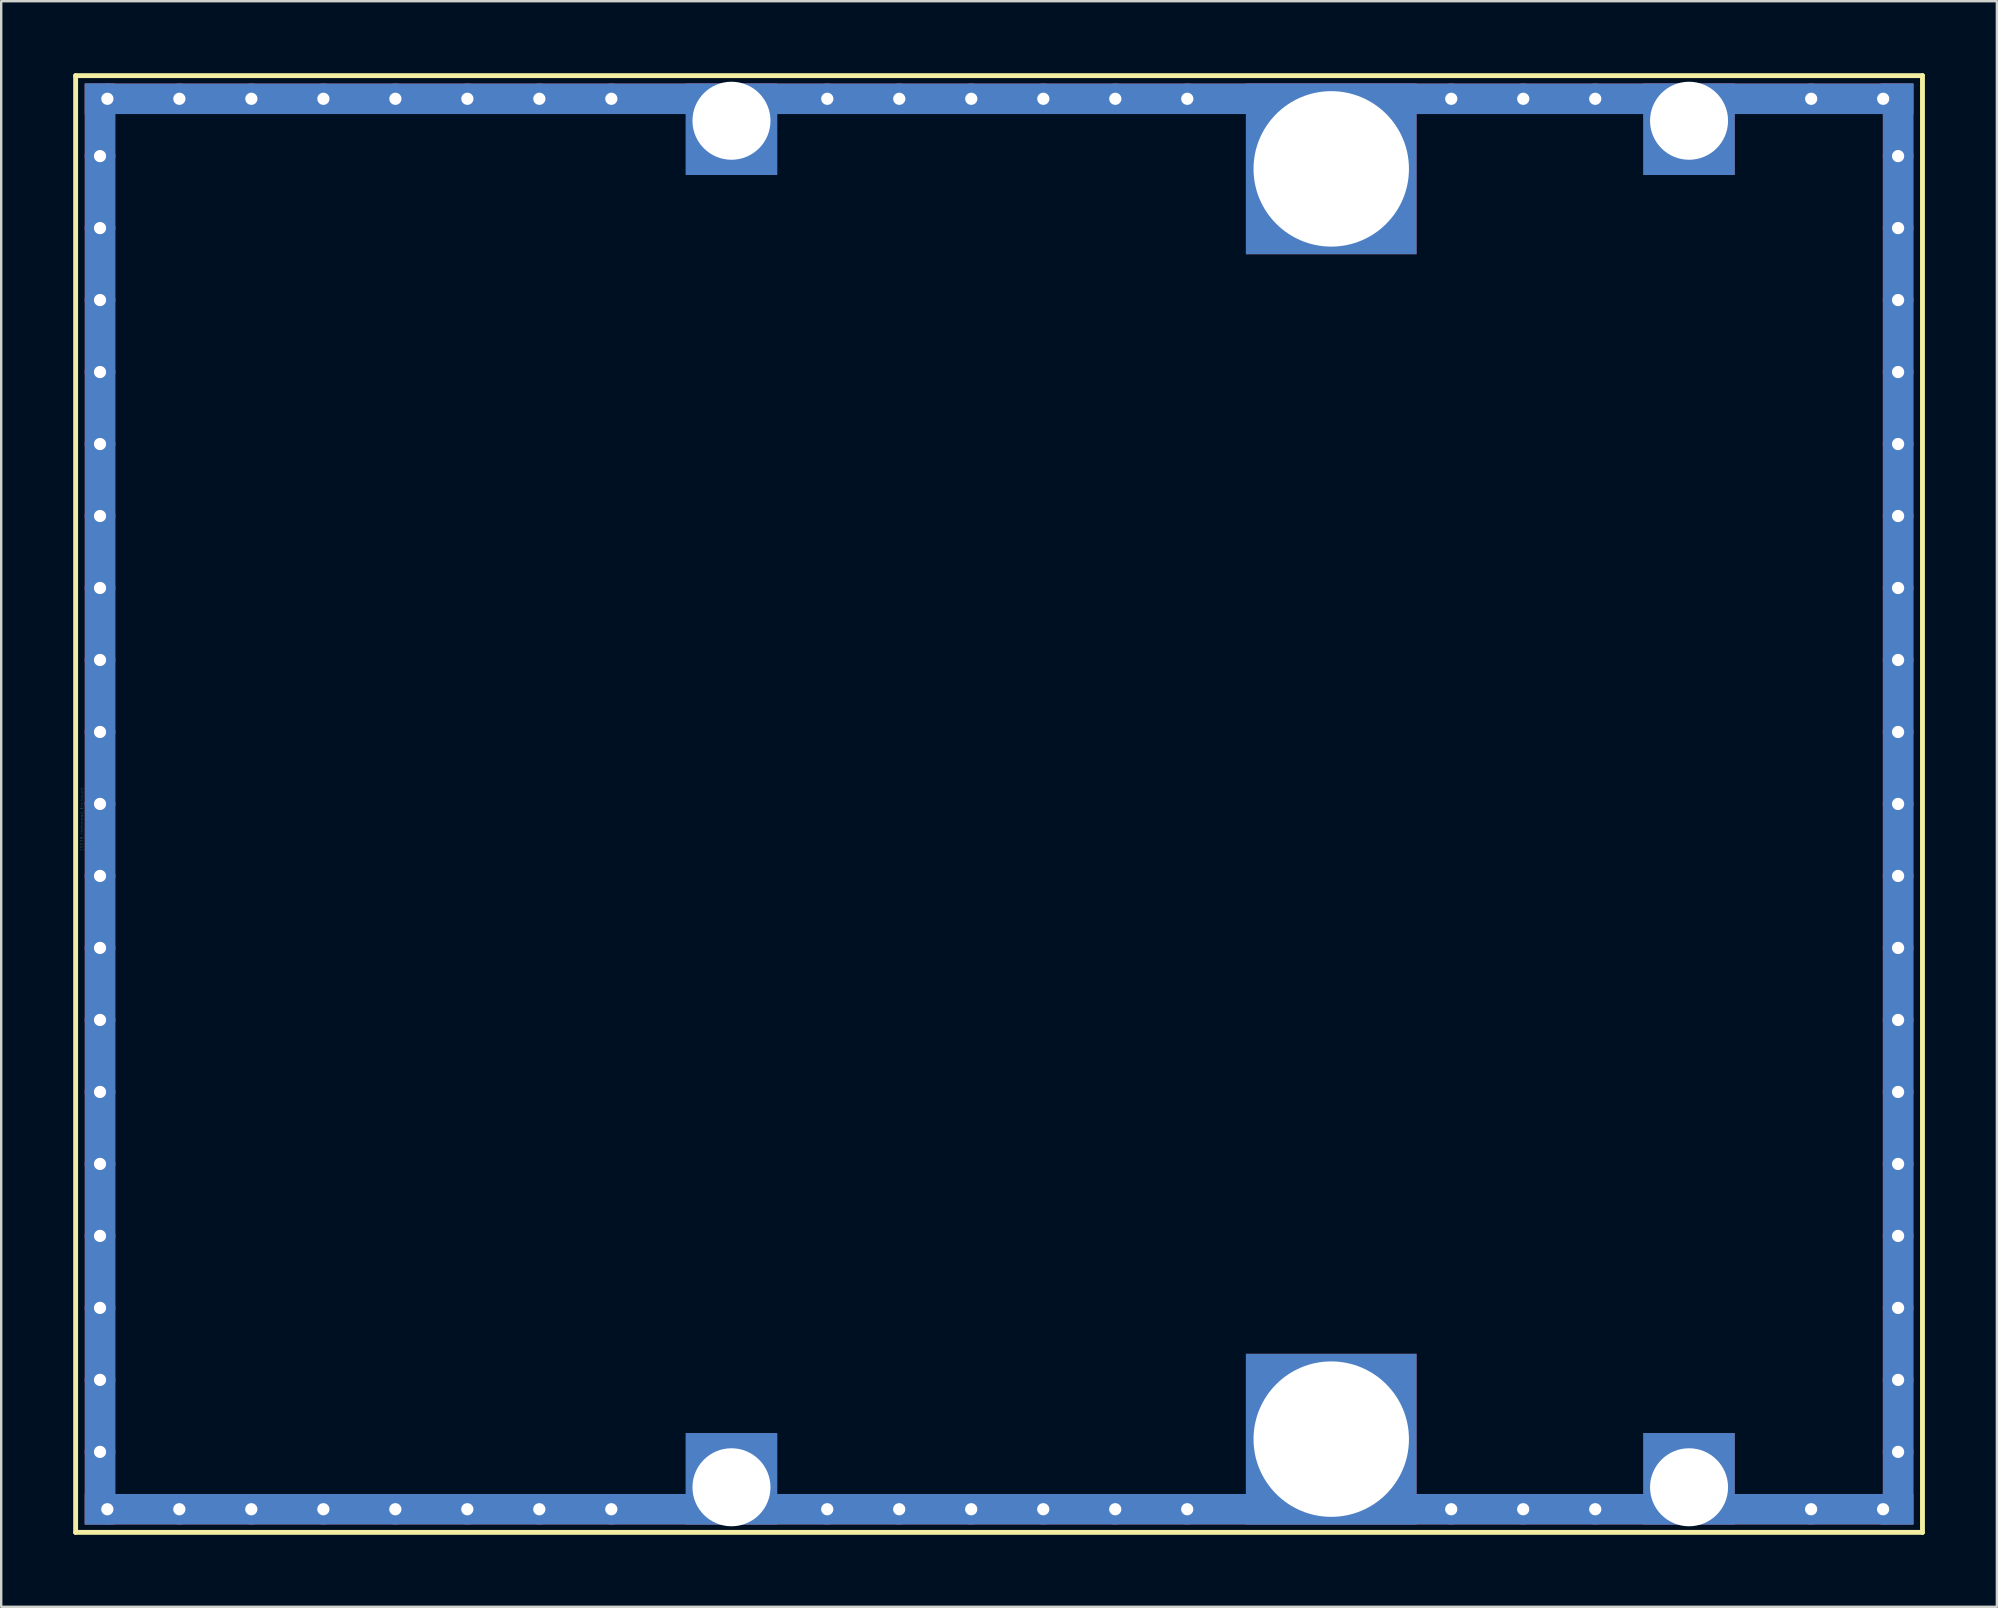
<source format=kicad_pcb>
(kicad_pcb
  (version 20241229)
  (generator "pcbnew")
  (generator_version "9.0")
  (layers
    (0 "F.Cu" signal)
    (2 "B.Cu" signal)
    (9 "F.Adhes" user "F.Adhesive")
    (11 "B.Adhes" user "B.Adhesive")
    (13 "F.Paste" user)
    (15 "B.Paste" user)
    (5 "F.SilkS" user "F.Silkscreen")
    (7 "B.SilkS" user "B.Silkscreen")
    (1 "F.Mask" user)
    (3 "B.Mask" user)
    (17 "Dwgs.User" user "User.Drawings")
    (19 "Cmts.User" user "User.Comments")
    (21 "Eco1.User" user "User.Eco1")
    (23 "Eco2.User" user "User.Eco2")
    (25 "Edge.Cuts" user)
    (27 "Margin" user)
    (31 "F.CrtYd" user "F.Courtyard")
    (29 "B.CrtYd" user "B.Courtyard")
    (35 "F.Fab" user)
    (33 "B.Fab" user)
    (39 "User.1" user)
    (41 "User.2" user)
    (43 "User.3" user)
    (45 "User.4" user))
  (footprint "1553B_Hammond_Enclosure"
    (layer "F.Cu")
    (at 52.426 30.455)
    (property "Reference" "1553B_Hammond_Enclosure" (at -52.07 0.635 90) (layer "F.SilkS") (effects (font (size 0.127 0.127) (thickness 0.003))))
    (attr exclude_from_pos_files exclude_from_bom)
    (fp_line (start -52.324 30.353) (end -52.324 -30.353) (stroke (width 0.203) (type solid)) (layer "F.SilkS"))
    (fp_line (start -52.324 30.353) (end 24.638 30.353) (stroke (width 0.203) (type solid)) (layer "F.SilkS"))
    (fp_line (start 24.638 -30.353) (end -52.324 -30.353) (stroke (width 0.203) (type solid)) (layer "F.SilkS"))
    (fp_line (start 24.638 -30.353) (end 24.638 30.353) (stroke (width 0.203) (type solid)) (layer "F.SilkS"))
    (pad "1" thru_hole circle (at -51.308 -27) (size 1.27 1.27) (drill 0.508) (layers "*.Cu" "*.Mask"))
    (pad "1" thru_hole circle (at -51.308 -24) (size 1.27 1.27) (drill 0.508) (layers "*.Cu" "*.Mask"))
    (pad "1" thru_hole circle (at -51.308 -21.001) (size 1.27 1.27) (drill 0.508) (layers "*.Cu" "*.Mask"))
    (pad "1" thru_hole circle (at -51.308 -18.001) (size 1.27 1.27) (drill 0.508) (layers "*.Cu" "*.Mask"))
    (pad "1" thru_hole circle (at -51.308 -15.001) (size 1.27 1.27) (drill 0.508) (layers "*.Cu" "*.Mask"))
    (pad "1" thru_hole circle (at -51.308 -12.002) (size 1.27 1.27) (drill 0.508) (layers "*.Cu" "*.Mask"))
    (pad "1" thru_hole circle (at -51.308 -9.002) (size 1.27 1.27) (drill 0.508) (layers "*.Cu" "*.Mask"))
    (pad "1" thru_hole circle (at -51.308 -6.002) (size 1.27 1.27) (drill 0.508) (layers "*.Cu" "*.Mask"))
    (pad "1" thru_hole circle (at -51.308 -3.002) (size 1.27 1.27) (drill 0.508) (layers "*.Cu" "*.Mask"))
    (pad "1" thru_hole circle (at -51.308 -0.003) (size 1.27 1.27) (drill 0.508) (layers "*.Cu" "*.Mask"))
    (pad "1" smd rect (at -51.308 0) (size 1.27 60.046) (layers "*.Cu" "*.Mask"))
    (pad "1" thru_hole circle (at -51.308 2.997) (size 1.27 1.27) (drill 0.508) (layers "*.Cu" "*.Mask"))
    (pad "1" thru_hole circle (at -51.308 5.997) (size 1.27 1.27) (drill 0.508) (layers "*.Cu" "*.Mask"))
    (pad "1" thru_hole circle (at -51.308 8.999) (size 1.27 1.27) (drill 0.508) (layers "*.Cu" "*.Mask"))
    (pad "1" thru_hole circle (at -51.308 11.999) (size 1.27 1.27) (drill 0.508) (layers "*.Cu" "*.Mask"))
    (pad "1" thru_hole circle (at -51.308 14.999) (size 1.27 1.27) (drill 0.508) (layers "*.Cu" "*.Mask"))
    (pad "1" thru_hole circle (at -51.308 17.998) (size 1.27 1.27) (drill 0.508) (layers "*.Cu" "*.Mask"))
    (pad "1" thru_hole circle (at -51.308 20.998) (size 1.27 1.27) (drill 0.508) (layers "*.Cu" "*.Mask"))
    (pad "1" thru_hole circle (at -51.308 23.998) (size 1.27 1.27) (drill 0.508) (layers "*.Cu" "*.Mask"))
    (pad "1" thru_hole circle (at -51.308 26.998) (size 1.27 1.27) (drill 0.508) (layers "*.Cu" "*.Mask"))
    (pad "1" thru_hole circle (at -51.003 29.388) (size 1.27 1.27) (drill 0.508) (layers "*.Cu" "*.Mask"))
    (pad "1" thru_hole circle (at -51.001 -29.388) (size 1.27 1.27) (drill 0.508) (layers "*.Cu" "*.Mask"))
    (pad "1" thru_hole circle (at -48.003 29.388) (size 1.27 1.27) (drill 0.508) (layers "*.Cu" "*.Mask"))
    (pad "1" thru_hole circle (at -48.001 -29.388) (size 1.27 1.27) (drill 0.508) (layers "*.Cu" "*.Mask"))
    (pad "1" thru_hole circle (at -45.004 29.388) (size 1.27 1.27) (drill 0.508) (layers "*.Cu" "*.Mask"))
    (pad "1" thru_hole circle (at -45.001 -29.388) (size 1.27 1.27) (drill 0.508) (layers "*.Cu" "*.Mask"))
    (pad "1" thru_hole circle (at -42.001 29.388) (size 1.27 1.27) (drill 0.508) (layers "*.Cu" "*.Mask"))
    (pad "1" thru_hole circle (at -41.999 -29.388) (size 1.27 1.27) (drill 0.508) (layers "*.Cu" "*.Mask"))
    (pad "1" thru_hole circle (at -39.002 29.388) (size 1.27 1.27) (drill 0.508) (layers "*.Cu" "*.Mask"))
    (pad "1" thru_hole circle (at -38.999 -29.388) (size 1.27 1.27) (drill 0.508) (layers "*.Cu" "*.Mask"))
    (pad "1" thru_hole circle (at -36.002 29.388) (size 1.27 1.27) (drill 0.508) (layers "*.Cu" "*.Mask"))
    (pad "1" thru_hole circle (at -35.999 -29.388) (size 1.27 1.27) (drill 0.508) (layers "*.Cu" "*.Mask"))
    (pad "1" thru_hole circle (at -33.002 29.388) (size 1.27 1.27) (drill 0.508) (layers "*.Cu" "*.Mask"))
    (pad "1" thru_hole circle (at -33 -29.388) (size 1.27 1.27) (drill 0.508) (layers "*.Cu" "*.Mask"))
    (pad "1" thru_hole circle (at -30.002 29.388) (size 1.27 1.27) (drill 0.508) (layers "*.Cu" "*.Mask"))
    (pad "1" thru_hole circle (at -30 -29.388) (size 1.27 1.27) (drill 0.508) (layers "*.Cu" "*.Mask"))
    (pad "1" thru_hole rect (at -24.994 -28.473) (size 3.81 3.81) (drill 3.251 (offset 0 0.356)) (layers "*.Cu" "*.Mask"))
    (pad "1" thru_hole rect (at -24.994 28.473) (size 3.81 3.81) (drill 3.251 (offset 0 -0.356)) (layers "*.Cu" "*.Mask"))
    (pad "1" thru_hole circle (at -21.003 29.388) (size 1.27 1.27) (drill 0.508) (layers "*.Cu" "*.Mask"))
    (pad "1" thru_hole circle (at -21.001 -29.388) (size 1.27 1.27) (drill 0.508) (layers "*.Cu" "*.Mask"))
    (pad "1" thru_hole circle (at -18.004 29.388) (size 1.27 1.27) (drill 0.508) (layers "*.Cu" "*.Mask"))
    (pad "1" thru_hole circle (at -18.001 -29.388) (size 1.27 1.27) (drill 0.508) (layers "*.Cu" "*.Mask"))
    (pad "1" thru_hole circle (at -15.004 29.388) (size 1.27 1.27) (drill 0.508) (layers "*.Cu" "*.Mask"))
    (pad "1" thru_hole circle (at -15.001 -29.388) (size 1.27 1.27) (drill 0.508) (layers "*.Cu" "*.Mask"))
    (pad "1" smd rect (at -13.843 -29.388) (size 76.2 1.27) (layers "*.Cu" "*.Mask"))
    (pad "1" smd rect (at -13.843 29.388) (size 76.2 1.27) (layers "*.Cu" "*.Mask"))
    (pad "1" thru_hole circle (at -12.002 29.388) (size 1.27 1.27) (drill 0.508) (layers "*.Cu" "*.Mask"))
    (pad "1" thru_hole circle (at -11.999 -29.388) (size 1.27 1.27) (drill 0.508) (layers "*.Cu" "*.Mask"))
    (pad "1" thru_hole circle (at -9.002 29.388) (size 1.27 1.27) (drill 0.508) (layers "*.Cu" "*.Mask"))
    (pad "1" thru_hole circle (at -8.999 -29.388) (size 1.27 1.27) (drill 0.508) (layers "*.Cu" "*.Mask"))
    (pad "1" thru_hole circle (at -6.002 29.388) (size 1.27 1.27) (drill 0.508) (layers "*.Cu" "*.Mask"))
    (pad "1" thru_hole circle (at -5.999 -29.388) (size 1.27 1.27) (drill 0.508) (layers "*.Cu" "*.Mask"))
    (pad "1" thru_hole rect (at 0 -26.467) (size 7.112 7.112) (drill 6.477) (layers "*.Cu"))
    (pad "1" thru_hole rect (at 0 26.467) (size 7.112 7.112) (drill 6.477) (layers "*.Cu"))
    (pad "1" thru_hole circle (at 4.999 29.388) (size 1.27 1.27) (drill 0.508) (layers "*.Cu" "*.Mask"))
    (pad "1" thru_hole circle (at 5.001 -29.388) (size 1.27 1.27) (drill 0.508) (layers "*.Cu" "*.Mask"))
    (pad "1" thru_hole circle (at 7.998 29.388) (size 1.27 1.27) (drill 0.508) (layers "*.Cu" "*.Mask"))
    (pad "1" thru_hole circle (at 8.001 -29.388) (size 1.27 1.27) (drill 0.508) (layers "*.Cu" "*.Mask"))
    (pad "1" thru_hole circle (at 11.001 -29.388) (size 1.27 1.27) (drill 0.508) (layers "*.Cu" "*.Mask"))
    (pad "1" thru_hole circle (at 11.001 29.388) (size 1.27 1.27) (drill 0.508) (layers "*.Cu" "*.Mask"))
    (pad "1" thru_hole rect (at 14.91 -28.473) (size 3.81 3.81) (drill 3.251 (offset 0 0.356)) (layers "*.Cu" "*.Mask"))
    (pad "1" thru_hole rect (at 14.91 28.473) (size 3.81 3.81) (drill 3.251 (offset 0 -0.356)) (layers "*.Cu" "*.Mask"))
    (pad "1" thru_hole circle (at 19.997 29.388) (size 1.27 1.27) (drill 0.508) (layers "*.Cu" "*.Mask"))
    (pad "1" thru_hole circle (at 20 -29.388) (size 1.27 1.27) (drill 0.508) (layers "*.Cu" "*.Mask"))
    (pad "1" thru_hole circle (at 22.997 29.388) (size 1.27 1.27) (drill 0.508) (layers "*.Cu" "*.Mask"))
    (pad "1" thru_hole circle (at 23 -29.388) (size 1.27 1.27) (drill 0.508) (layers "*.Cu" "*.Mask"))
    (pad "1" thru_hole circle (at 23.622 -27) (size 1.27 1.27) (drill 0.508) (layers "*.Cu" "*.Mask"))
    (pad "1" thru_hole circle (at 23.622 -24) (size 1.27 1.27) (drill 0.508) (layers "*.Cu" "*.Mask"))
    (pad "1" thru_hole circle (at 23.622 -21.001) (size 1.27 1.27) (drill 0.508) (layers "*.Cu" "*.Mask"))
    (pad "1" thru_hole circle (at 23.622 -18.001) (size 1.27 1.27) (drill 0.508) (layers "*.Cu" "*.Mask"))
    (pad "1" thru_hole circle (at 23.622 -15.001) (size 1.27 1.27) (drill 0.508) (layers "*.Cu" "*.Mask"))
    (pad "1" thru_hole circle (at 23.622 -12.002) (size 1.27 1.27) (drill 0.508) (layers "*.Cu" "*.Mask"))
    (pad "1" thru_hole circle (at 23.622 -9.002) (size 1.27 1.27) (drill 0.508) (layers "*.Cu" "*.Mask"))
    (pad "1" thru_hole circle (at 23.622 -6.002) (size 1.27 1.27) (drill 0.508) (layers "*.Cu" "*.Mask"))
    (pad "1" thru_hole circle (at 23.622 -3.002) (size 1.27 1.27) (drill 0.508) (layers "*.Cu" "*.Mask"))
    (pad "1" thru_hole circle (at 23.622 -0.003) (size 1.27 1.27) (drill 0.508) (layers "*.Cu" "*.Mask"))
    (pad "1" smd rect (at 23.622 0) (size 1.27 60.046) (layers "*.Cu" "*.Mask"))
    (pad "1" thru_hole circle (at 23.622 2.997) (size 1.27 1.27) (drill 0.508) (layers "*.Cu" "*.Mask"))
    (pad "1" thru_hole circle (at 23.622 5.997) (size 1.27 1.27) (drill 0.508) (layers "*.Cu" "*.Mask"))
    (pad "1" thru_hole circle (at 23.622 8.999) (size 1.27 1.27) (drill 0.508) (layers "*.Cu" "*.Mask"))
    (pad "1" thru_hole circle (at 23.622 11.999) (size 1.27 1.27) (drill 0.508) (layers "*.Cu" "*.Mask"))
    (pad "1" thru_hole circle (at 23.622 14.999) (size 1.27 1.27) (drill 0.508) (layers "*.Cu" "*.Mask"))
    (pad "1" thru_hole circle (at 23.622 17.998) (size 1.27 1.27) (drill 0.508) (layers "*.Cu" "*.Mask"))
    (pad "1" thru_hole circle (at 23.622 20.998) (size 1.27 1.27) (drill 0.508) (layers "*.Cu" "*.Mask"))
    (pad "1" thru_hole circle (at 23.622 23.998) (size 1.27 1.27) (drill 0.508) (layers "*.Cu" "*.Mask"))
    (pad "1" thru_hole circle (at 23.622 26.998) (size 1.27 1.27) (drill 0.508) (layers "*.Cu" "*.Mask")))
  (gr_rect
    (start -3 -3)
    (end 80.165 63.909)
    (stroke (width 0.1) (type default))
    (fill no)
    (layer "Edge.Cuts")))
</source>
